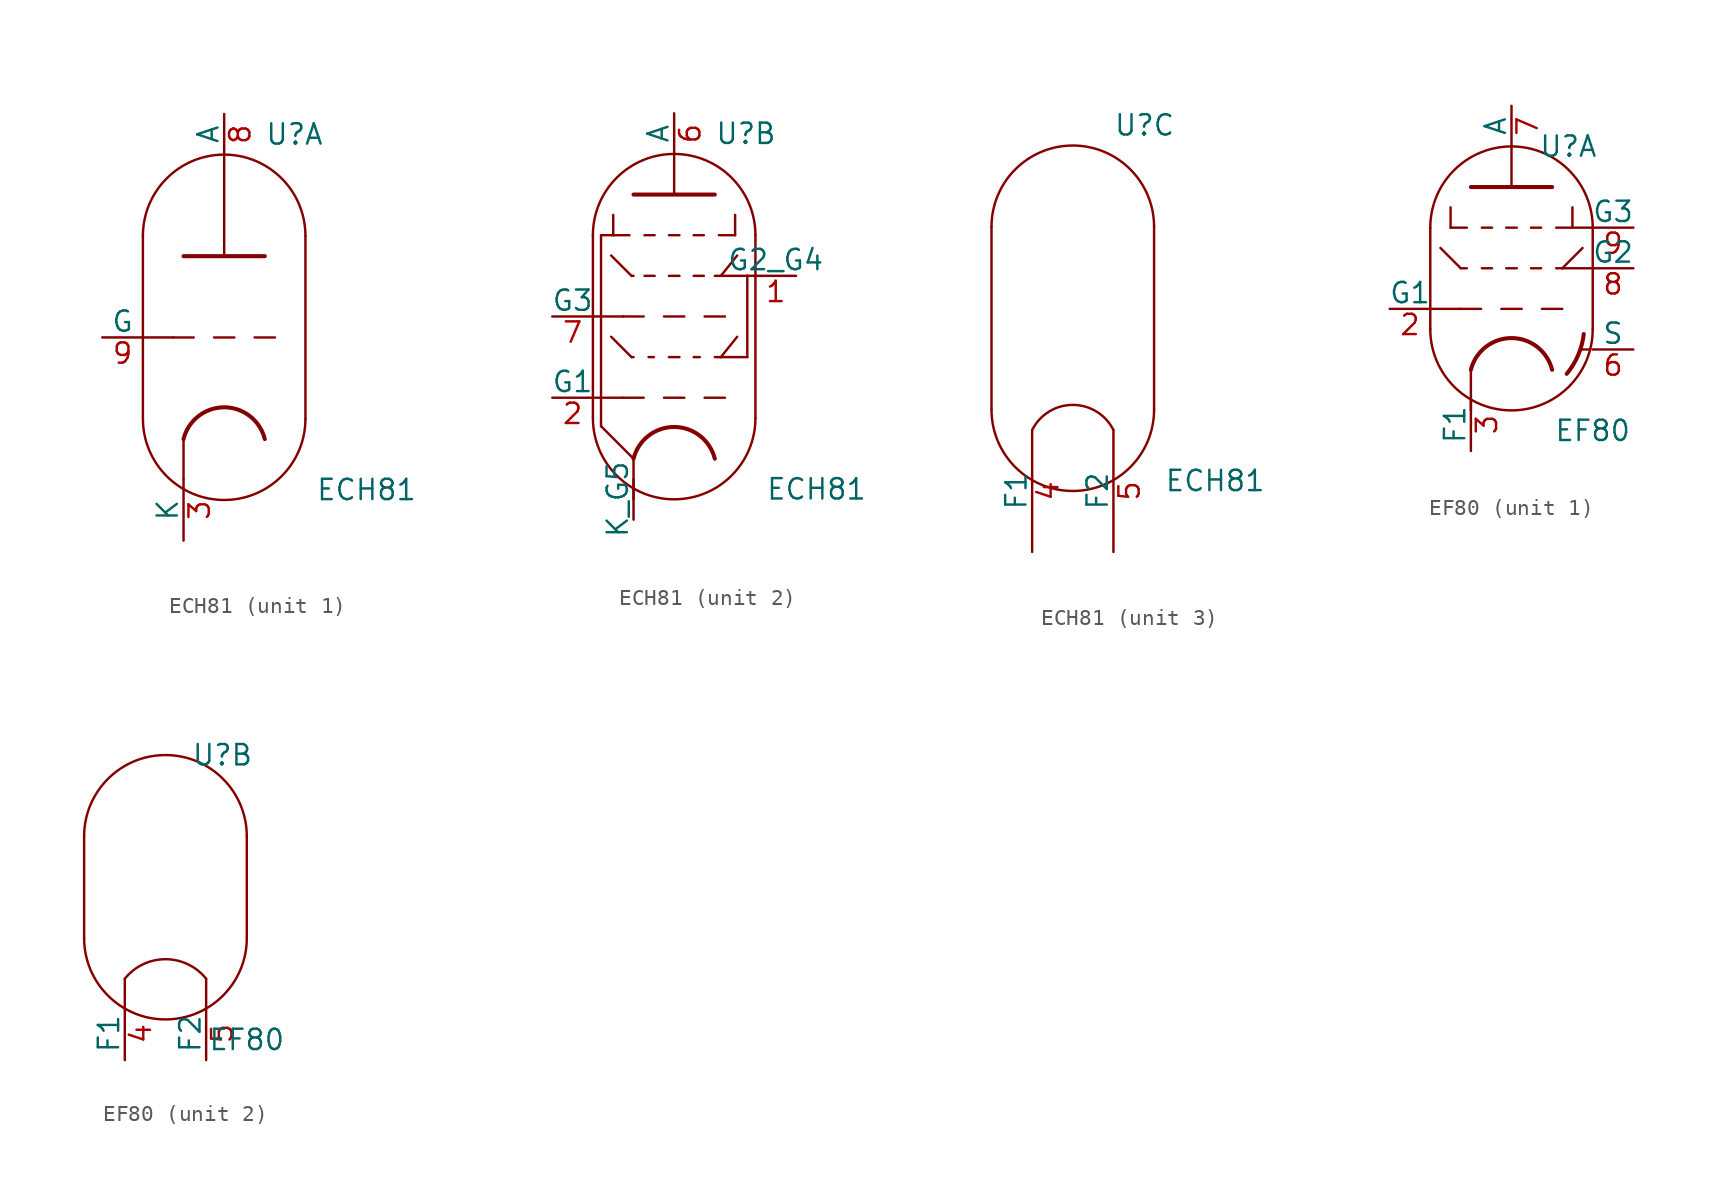
<source format=kicad_sym>
(kicad_symbol_lib
  (version 20220914)
  (generator kicad_symbol_editor)
  (symbol "ECH81"
    (pin_names
      (offset 0))
    (property "Reference" "U"
      (at 2.54 12.7 0)
      (effects (font (size 1.27 1.27)) (justify left)))
    (property "Value" "ECH81"
      (at 5.715 -9.525 0)
      (effects (font (size 1.27 1.27)) (justify left)))
    (property "ki_locked" ""
      (at 0 0 0)
      (effects (font (size 1.27 1.27))))
    (symbol "ECH81_0_1"
      (arc (start -5.08 -5.08) (mid 0 -10.1379) (end 5.08 -5.08) (stroke (width 0) (type default)) (fill (type none)))
      (polyline (pts (xy -5.08 6.35) (xy -5.08 -5.08) (xy -5.08 -5.08)) (stroke (width 0) (type default)) (fill (type none)))
      (polyline (pts (xy 5.08 6.35) (xy 5.08 -5.08) (xy 5.08 -5.08)) (stroke (width 0) (type default)) (fill (type none)))
      (arc (start 5.08 6.35) (mid 0 11.4079) (end -5.08 6.35) (stroke (width 0) (type default)) (fill (type none))))
    (symbol "ECH81_1_0"
      (polyline (pts (xy -2.54 -6.35) (xy -2.54 -8.89)) (stroke (width 0) (type default)) (fill (type none))))
    (symbol "ECH81_1_1"
      (polyline (pts (xy -5.08 0) (xy -3.175 0)) (stroke (width 0) (type default)) (fill (type none)))
      (polyline (pts (xy -1.905 0) (xy -3.175 0)) (stroke (width 0.152) (type default)) (fill (type none)))
      (polyline (pts (xy -0.635 0) (xy 0.635 0)) (stroke (width 0.152) (type default)) (fill (type none)))
      (polyline (pts (xy 1.905 0) (xy 3.175 0)) (stroke (width 0.152) (type default)) (fill (type none)))
      (polyline (pts (xy -2.54 5.08) (xy 2.54 5.08) (xy 2.54 5.08)) (stroke (width 0.254) (type default)) (fill (type none)))
      (polyline (pts (xy 0 5.08) (xy 0 11.43) (xy 0 11.43)) (stroke (width 0) (type default)) (fill (type none)))
      (arc (start 2.54 -6.35) (mid 0 -4.3668) (end -2.54 -6.35) (stroke (width 0.254) (type default)) (fill (type none)))
      (pin bidirectional line (at -2.54 -12.7 90) (length 3.81) (name "K" (effects (font (size 1.27 1.27)))) (number "3" (effects (font (size 1.27 1.27)))))
      (pin output line (at 0 13.97 270) (length 2.54) (name "A" (effects (font (size 1.27 1.27)))) (number "8" (effects (font (size 1.27 1.27)))))
      (pin input line (at -7.62 0 0) (length 2.54) (name "G" (effects (font (size 1.27 1.27)))) (number "9" (effects (font (size 1.27 1.27))))))
    (symbol "ECH81_2_0"
      (polyline (pts (xy -5.08 -3.81) (xy -3.175 -3.81)) (stroke (width 0) (type default)) (fill (type none)))
      (polyline (pts (xy -5.08 1.27) (xy -3.175 1.27)) (stroke (width 0) (type default)) (fill (type none)))
      (polyline (pts (xy -2.54 -7.62) (xy -2.54 -10.16)) (stroke (width 0) (type default)) (fill (type none)))
      (polyline (pts (xy 0 8.89) (xy 0 11.43)) (stroke (width 0) (type default)) (fill (type none)))
      (polyline (pts (xy 4.572 3.81) (xy 5.08 3.81)) (stroke (width 0) (type default)) (fill (type none))))
    (symbol "ECH81_2_1"
      (polyline (pts (xy -4.572 -5.588) (xy -2.54 -7.62)) (stroke (width 0.152) (type default)) (fill (type none)))
      (polyline (pts (xy -4.572 6.35) (xy -4.572 -5.588)) (stroke (width 0.152) (type default)) (fill (type none)))
      (polyline (pts (xy -3.937 0) (xy -2.667 -1.27)) (stroke (width 0.152) (type default)) (fill (type none)))
      (polyline (pts (xy -3.937 5.08) (xy -2.667 3.81)) (stroke (width 0.152) (type default)) (fill (type none)))
      (polyline (pts (xy -3.81 6.35) (xy -4.572 6.35)) (stroke (width 0.152) (type default)) (fill (type none)))
      (polyline (pts (xy -3.81 6.35) (xy -2.794 6.35)) (stroke (width 0.152) (type default)) (fill (type none)))
      (polyline (pts (xy -3.81 7.62) (xy -3.81 6.35)) (stroke (width 0.152) (type default)) (fill (type none)))
      (polyline (pts (xy -2.667 -1.27) (xy -2.54 -1.27)) (stroke (width 0.152) (type default)) (fill (type none)))
      (polyline (pts (xy -2.667 3.81) (xy -2.54 3.81)) (stroke (width 0.152) (type default)) (fill (type none)))
      (polyline (pts (xy -1.905 -3.81) (xy -3.175 -3.81)) (stroke (width 0.152) (type default)) (fill (type none)))
      (polyline (pts (xy -1.905 1.27) (xy -3.175 1.27)) (stroke (width 0.152) (type default)) (fill (type none)))
      (polyline (pts (xy -1.854 3.81) (xy -1.219 3.81)) (stroke (width 0.152) (type default)) (fill (type none)))
      (polyline (pts (xy -1.854 6.35) (xy -1.219 6.35)) (stroke (width 0.152) (type default)) (fill (type none)))
      (polyline (pts (xy -1.27 -1.27) (xy -1.6 -1.27)) (stroke (width 0.152) (type default)) (fill (type none)))
      (polyline (pts (xy -0.635 -3.81) (xy 0.635 -3.81)) (stroke (width 0.152) (type default)) (fill (type none)))
      (polyline (pts (xy -0.635 1.27) (xy 0.635 1.27)) (stroke (width 0.152) (type default)) (fill (type none)))
      (polyline (pts (xy -0.33 -1.27) (xy 0.33 -1.27)) (stroke (width 0.152) (type default)) (fill (type none)))
      (polyline (pts (xy -0.33 3.81) (xy 0.33 3.81)) (stroke (width 0.152) (type default)) (fill (type none)))
      (polyline (pts (xy -0.33 6.35) (xy 0.33 6.35)) (stroke (width 0.152) (type default)) (fill (type none)))
      (polyline (pts (xy 1.219 -1.27) (xy 1.6 -1.27)) (stroke (width 0.152) (type default)) (fill (type none)))
      (polyline (pts (xy 1.219 3.81) (xy 1.854 3.81)) (stroke (width 0.152) (type default)) (fill (type none)))
      (polyline (pts (xy 1.219 6.35) (xy 1.854 6.35)) (stroke (width 0.152) (type default)) (fill (type none)))
      (polyline (pts (xy 1.905 -3.81) (xy 3.175 -3.81)) (stroke (width 0.152) (type default)) (fill (type none)))
      (polyline (pts (xy 1.905 1.27) (xy 3.175 1.27)) (stroke (width 0.152) (type default)) (fill (type none)))
      (polyline (pts (xy 2.54 -1.27) (xy 2.921 -1.27)) (stroke (width 0.152) (type default)) (fill (type none)))
      (polyline (pts (xy 2.54 3.81) (xy 2.921 3.81)) (stroke (width 0.152) (type default)) (fill (type none)))
      (polyline (pts (xy 2.921 3.81) (xy 4.572 3.81)) (stroke (width 0) (type default)) (fill (type none)))
      (polyline (pts (xy 3.81 6.35) (xy 2.794 6.35)) (stroke (width 0.152) (type default)) (fill (type none)))
      (polyline (pts (xy 3.81 7.62) (xy 3.81 6.35)) (stroke (width 0.152) (type default)) (fill (type none)))
      (polyline (pts (xy 3.937 0) (xy 2.921 -1.27)) (stroke (width 0.152) (type default)) (fill (type none)))
      (polyline (pts (xy 3.937 5.08) (xy 2.921 3.81)) (stroke (width 0.152) (type default)) (fill (type none)))
      (polyline (pts (xy 4.572 -1.27) (xy 2.921 -1.27)) (stroke (width 0) (type default)) (fill (type none)))
      (polyline (pts (xy 4.572 3.81) (xy 4.572 -1.27)) (stroke (width 0) (type default)) (fill (type none)))
      (polyline (pts (xy -2.54 8.89) (xy 2.54 8.89) (xy 2.54 8.89) (xy 2.54 8.89)) (stroke (width 0.254) (type default)) (fill (type none)))
      (arc (start 2.54 -7.62) (mid 0 -5.6368) (end -2.54 -7.62) (stroke (width 0.254) (type default)) (fill (type none)))
      (pin input line (at 7.62 3.81 180) (length 2.54) (name "G2_G4" (effects (font (size 1.27 1.27)))) (number "1" (effects (font (size 1.27 1.27)))))
      (pin input line (at -7.62 -3.81 0) (length 2.54) (name "G1" (effects (font (size 1.27 1.27)))) (number "2" (effects (font (size 1.27 1.27)))))
      (pin output line (at 0 13.97 270) (length 2.54) (name "A" (effects (font (size 1.27 1.27)))) (number "6" (effects (font (size 1.27 1.27)))))
      (pin input line (at -7.62 1.27 0) (length 2.54) (name "G3" (effects (font (size 1.27 1.27)))) (number "7" (effects (font (size 1.27 1.27)))))
      (pin bidirectional line (at -2.54 -11.43 90) (length 2.54) (name "K_G5" (effects (font (size 1.27 1.27)))) (number "~" (effects (font (size 1.27 1.27))))))
    (symbol "ECH81_3_1"
      (arc (start 2.54 -6.35) (mid 0 -4.7802) (end -2.54 -6.35) (stroke (width 0) (type default)) (fill (type none)))
      (pin power_in line (at -2.54 -13.97 90) (length 7.62) (name "F1" (effects (font (size 1.27 1.27)))) (number "4" (effects (font (size 1.27 1.27)))))
      (pin power_in line (at 2.54 -13.97 90) (length 7.62) (name "F2" (effects (font (size 1.27 1.27)))) (number "5" (effects (font (size 1.27 1.27)))))))
  (symbol "EF80"
    (pin_names
      (offset 0))
    (property "Reference" "U"
      (at 3.556 8.89 0)
      (effects (font (size 1.27 1.27))))
    (property "Value" "EF80"
      (at 5.08 -8.89 0)
      (effects (font (size 1.27 1.27))))
    (property "ki_locked" ""
      (at 0 0 0)
      (effects (font (size 1.27 1.27))))
    (symbol "EF80_0_1"
      (arc (start -5.08 -2.54) (mid 0 -7.5979) (end 5.08 -2.54) (stroke (width 0) (type default)) (fill (type none)))
      (polyline (pts (xy -5.08 3.81) (xy -5.08 -2.54) (xy -5.08 -2.54)) (stroke (width 0) (type default)) (fill (type none)))
      (polyline (pts (xy 5.08 -2.54) (xy 5.08 3.81) (xy 5.08 3.81)) (stroke (width 0) (type default)) (fill (type none)))
      (arc (start 5.08 3.81) (mid 0 8.8679) (end -5.08 3.81) (stroke (width 0) (type default)) (fill (type none))))
    (symbol "EF80_1_0"
      (polyline (pts (xy -5.08 -1.27) (xy -3.175 -1.27)) (stroke (width 0) (type default)) (fill (type none)))
      (polyline (pts (xy -2.54 -5.08) (xy -2.54 -7.62)) (stroke (width 0) (type default)) (fill (type none)))
      (polyline (pts (xy -0.635 -1.27) (xy 0.635 -1.27)) (stroke (width 0.152) (type default)) (fill (type none)))
      (polyline (pts (xy 0 6.35) (xy 0 8.89)) (stroke (width 0) (type default)) (fill (type none)))
      (polyline (pts (xy 1.905 -1.27) (xy 3.175 -1.27)) (stroke (width 0.152) (type default)) (fill (type none)))
      (polyline (pts (xy 3.175 1.27) (xy 5.08 1.27)) (stroke (width 0) (type default)) (fill (type none)))
      (polyline (pts (xy 3.886 3.81) (xy 5.08 3.81)) (stroke (width 0) (type default)) (fill (type none)))
      (polyline (pts (xy 4.318 -3.785) (xy 4.343 -3.81)) (stroke (width 0) (type default)) (fill (type none)))
      (polyline (pts (xy 4.928 -3.81) (xy 4.343 -3.81)) (stroke (width 0) (type default)) (fill (type none))))
    (symbol "EF80_1_1"
      (polyline (pts (xy -4.445 2.54) (xy -3.175 1.27)) (stroke (width 0.152) (type default)) (fill (type none)))
      (polyline (pts (xy -3.81 3.81) (xy -2.794 3.81)) (stroke (width 0.152) (type default)) (fill (type none)))
      (polyline (pts (xy -3.81 5.08) (xy -3.81 3.81)) (stroke (width 0.152) (type default)) (fill (type none)))
      (polyline (pts (xy -3.175 1.27) (xy -2.794 1.27)) (stroke (width 0.152) (type default)) (fill (type none)))
      (polyline (pts (xy -1.905 -1.27) (xy -3.175 -1.27)) (stroke (width 0.152) (type default)) (fill (type none)))
      (polyline (pts (xy -1.854 1.27) (xy -1.219 1.27)) (stroke (width 0.152) (type default)) (fill (type none)))
      (polyline (pts (xy -1.854 3.81) (xy -1.219 3.81)) (stroke (width 0.152) (type default)) (fill (type none)))
      (polyline (pts (xy -0.33 1.27) (xy 0.33 1.27)) (stroke (width 0.152) (type default)) (fill (type none)))
      (polyline (pts (xy -0.33 3.81) (xy 0.33 3.81)) (stroke (width 0.152) (type default)) (fill (type none)))
      (polyline (pts (xy 1.219 1.27) (xy 1.854 1.27)) (stroke (width 0.152) (type default)) (fill (type none)))
      (polyline (pts (xy 1.219 3.81) (xy 1.854 3.81)) (stroke (width 0.152) (type default)) (fill (type none)))
      (polyline (pts (xy 2.794 1.27) (xy 3.175 1.27)) (stroke (width 0.152) (type default)) (fill (type none)))
      (polyline (pts (xy 3.81 3.81) (xy 2.794 3.81)) (stroke (width 0.152) (type default)) (fill (type none)))
      (polyline (pts (xy 3.81 5.08) (xy 3.81 3.81)) (stroke (width 0.152) (type default)) (fill (type none)))
      (polyline (pts (xy 4.445 2.54) (xy 3.175 1.27)) (stroke (width 0.152) (type default)) (fill (type none)))
      (polyline (pts (xy -2.54 6.35) (xy 2.54 6.35) (xy 2.54 6.35)) (stroke (width 0.254) (type default)) (fill (type none)))
      (arc (start 2.54 -5.08) (mid 0 -3.0968) (end -2.54 -5.08) (stroke (width 0.254) (type default)) (fill (type none)))
      (arc (start 3.4544 -5.334) (mid 4.168 -4.168) (end 4.5212 -2.8448) (stroke (width 0.254) (type default)) (fill (type none)))
      (pin input line (at -7.62 -1.27 0) (length 2.54) (name "G1" (effects (font (size 1.27 1.27)))) (number "2" (effects (font (size 1.27 1.27)))))
      (pin power_in line (at -2.54 -10.16 90) (length 3.302) (name "F1" (effects (font (size 1.27 1.27)))) (number "3" (effects (font (size 1.27 1.27)))))
      (pin input line (at 7.62 -3.81 180) (length 2.54) (name "S" (effects (font (size 1.27 1.27)))) (number "6" (effects (font (size 1.27 1.27)))))
      (pin output line (at 0 11.43 270) (length 2.54) (name "A" (effects (font (size 1.27 1.27)))) (number "7" (effects (font (size 1.27 1.27)))))
      (pin input line (at 7.62 1.27 180) (length 2.54) (name "G2" (effects (font (size 1.27 1.27)))) (number "8" (effects (font (size 1.27 1.27)))))
      (pin input line (at 7.62 3.81 180) (length 2.54) (name "G3" (effects (font (size 1.27 1.27)))) (number "9" (effects (font (size 1.27 1.27))))))
    (symbol "EF80_2_1"
      (polyline (pts (xy -2.54 -6.858) (xy -2.54 -5.08) (xy -2.54 -5.08)) (stroke (width 0) (type default)) (fill (type none)))
      (polyline (pts (xy 2.54 -6.858) (xy 2.54 -5.08) (xy 2.54 -5.08)) (stroke (width 0) (type default)) (fill (type none)))
      (arc (start 2.54 -5.08) (mid 0 -3.8592) (end -2.54 -5.08) (stroke (width 0) (type default)) (fill (type none)))
      (pin power_in line (at -2.54 -10.16 90) (length 3.302) (name "F1" (effects (font (size 1.27 1.27)))) (number "4" (effects (font (size 1.27 1.27)))))
      (pin power_in line (at 2.54 -10.16 90) (length 3.302) (name "F2" (effects (font (size 1.27 1.27)))) (number "5" (effects (font (size 1.27 1.27))))))))
</source>
